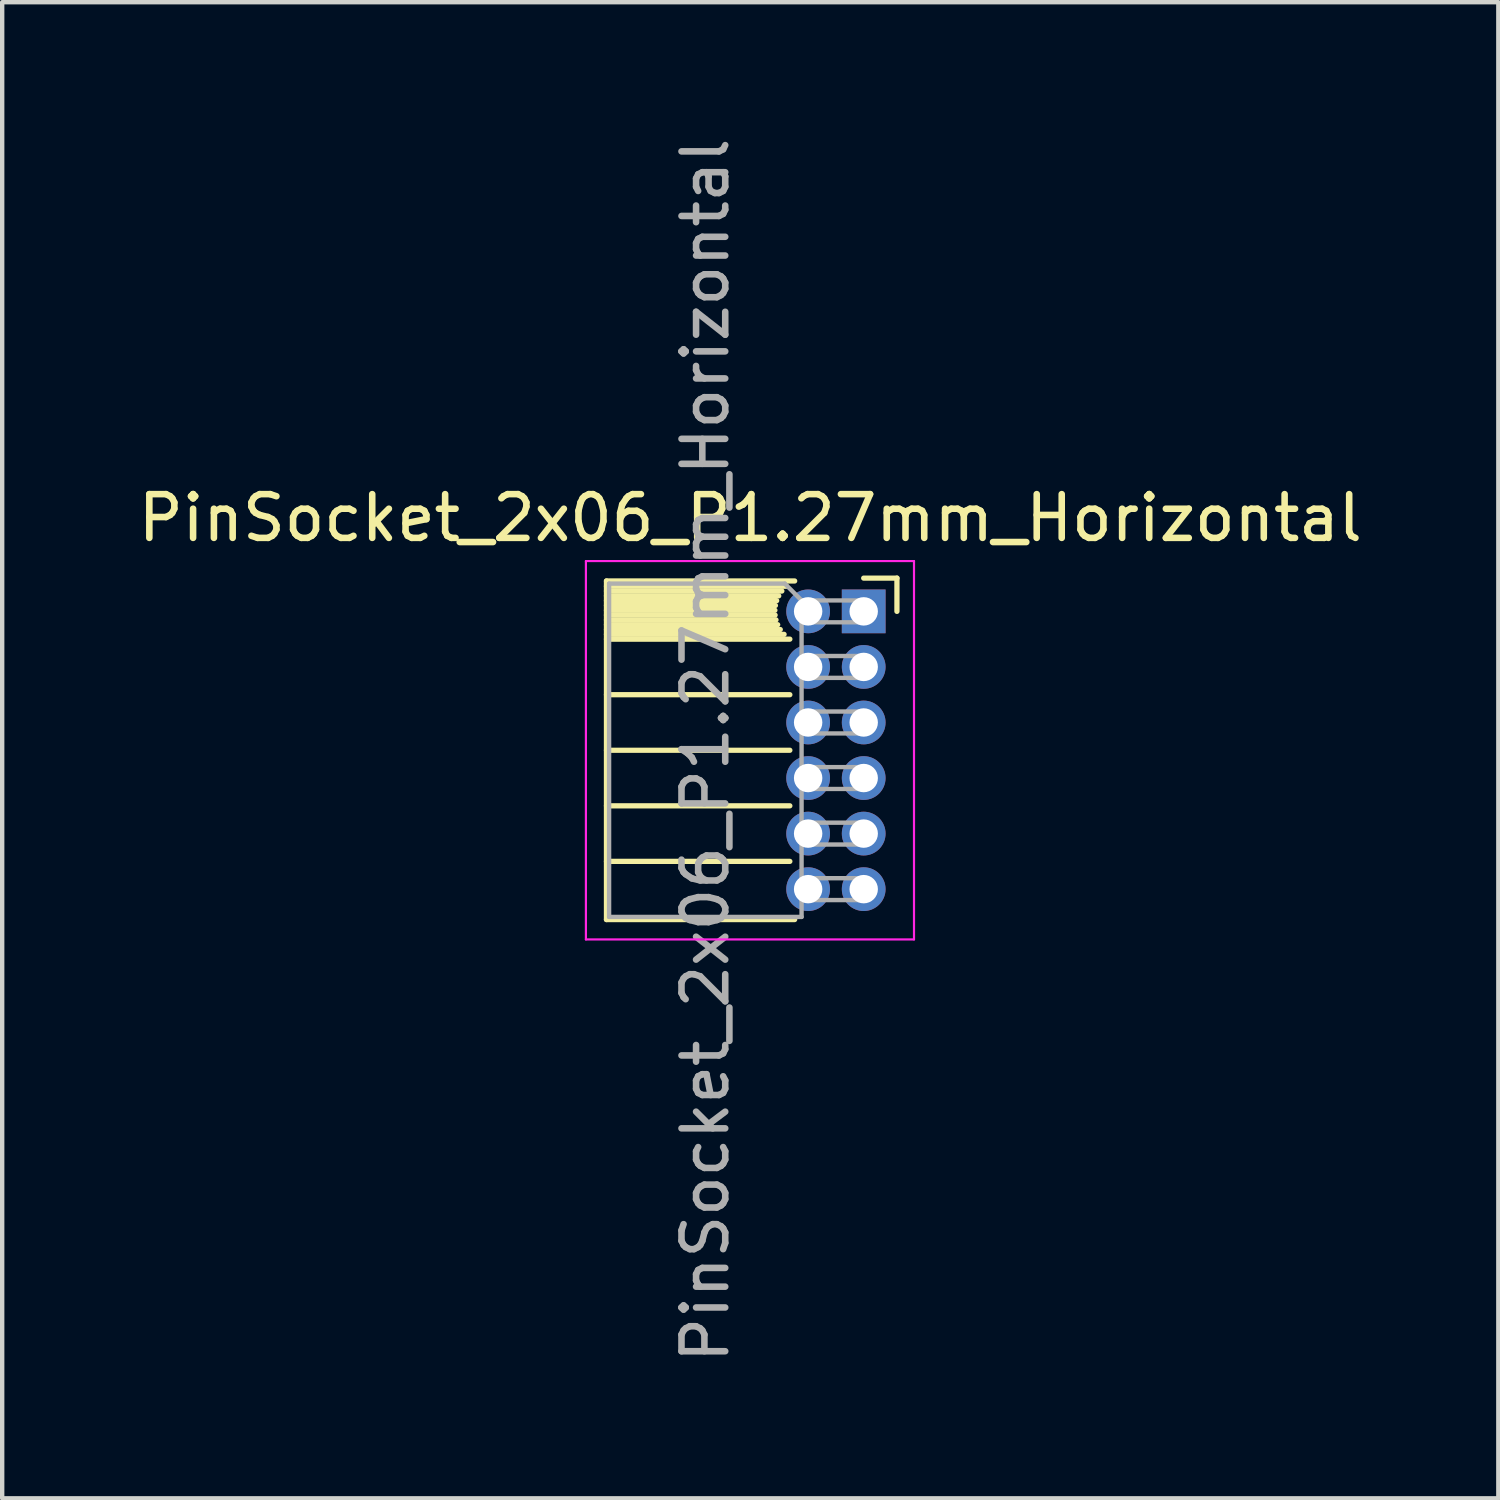
<source format=kicad_pcb>
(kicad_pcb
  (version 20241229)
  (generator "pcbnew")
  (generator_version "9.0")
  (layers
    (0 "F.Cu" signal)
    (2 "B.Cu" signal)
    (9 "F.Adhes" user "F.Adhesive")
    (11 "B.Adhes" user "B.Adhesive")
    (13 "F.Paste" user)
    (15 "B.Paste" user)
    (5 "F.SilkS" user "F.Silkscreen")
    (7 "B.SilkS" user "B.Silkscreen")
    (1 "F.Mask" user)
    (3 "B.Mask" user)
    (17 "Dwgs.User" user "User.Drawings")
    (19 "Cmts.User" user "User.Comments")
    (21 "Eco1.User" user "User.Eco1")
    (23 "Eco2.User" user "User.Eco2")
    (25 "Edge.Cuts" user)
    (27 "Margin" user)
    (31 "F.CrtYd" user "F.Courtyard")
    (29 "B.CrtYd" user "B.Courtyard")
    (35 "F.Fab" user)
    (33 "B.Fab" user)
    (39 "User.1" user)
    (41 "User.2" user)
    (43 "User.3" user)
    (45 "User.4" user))
  (footprint "PinSocket_2x06_P1.27mm_Horizontal"
    (layer "F.Cu")
    (at 16.694 10.926)
    (property "Reference" "PinSocket_2x06_P1.27mm_Horizontal" (at -2.592 -2.135 0) (layer "F.SilkS") (effects (font (size 1 1) (thickness 0.15))))
    (attr through_hole)
    (fp_line (start -5.88 -0.695) (end -5.88 7.045) (stroke (width 0.12) (type solid)) (layer "F.SilkS"))
    (fp_line (start -5.88 -0.695) (end -1.578 -0.695) (stroke (width 0.12) (type solid)) (layer "F.SilkS"))
    (fp_line (start -5.88 -0.575) (end -1.767 -0.575) (stroke (width 0.12) (type solid)) (layer "F.SilkS"))
    (fp_line (start -5.88 -0.465) (end -1.871 -0.465) (stroke (width 0.12) (type solid)) (layer "F.SilkS"))
    (fp_line (start -5.88 -0.355) (end -1.942 -0.355) (stroke (width 0.12) (type solid)) (layer "F.SilkS"))
    (fp_line (start -5.88 -0.245) (end -1.989 -0.245) (stroke (width 0.12) (type solid)) (layer "F.SilkS"))
    (fp_line (start -5.88 -0.135) (end -2.018 -0.135) (stroke (width 0.12) (type solid)) (layer "F.SilkS"))
    (fp_line (start -5.88 -0.025) (end -2.03 -0.025) (stroke (width 0.12) (type solid)) (layer "F.SilkS"))
    (fp_line (start -5.88 0.085) (end -2.025 0.085) (stroke (width 0.12) (type solid)) (layer "F.SilkS"))
    (fp_line (start -5.88 0.195) (end -2.005 0.195) (stroke (width 0.12) (type solid)) (layer "F.SilkS"))
    (fp_line (start -5.88 0.305) (end -1.966 0.305) (stroke (width 0.12) (type solid)) (layer "F.SilkS"))
    (fp_line (start -5.88 0.415) (end -1.907 0.415) (stroke (width 0.12) (type solid)) (layer "F.SilkS"))
    (fp_line (start -5.88 0.525) (end -1.82 0.525) (stroke (width 0.12) (type solid)) (layer "F.SilkS"))
    (fp_line (start -5.88 0.635) (end -1.688 0.635) (stroke (width 0.12) (type solid)) (layer "F.SilkS"))
    (fp_line (start -5.88 1.905) (end -1.688 1.905) (stroke (width 0.12) (type solid)) (layer "F.SilkS"))
    (fp_line (start -5.88 3.175) (end -1.688 3.175) (stroke (width 0.12) (type solid)) (layer "F.SilkS"))
    (fp_line (start -5.88 4.445) (end -1.688 4.445) (stroke (width 0.12) (type solid)) (layer "F.SilkS"))
    (fp_line (start -5.88 5.715) (end -1.688 5.715) (stroke (width 0.12) (type solid)) (layer "F.SilkS"))
    (fp_line (start -5.88 7.045) (end -1.578 7.045) (stroke (width 0.12) (type solid)) (layer "F.SilkS"))
    (fp_line (start 0 -0.76) (end 0.76 -0.76) (stroke (width 0.12) (type solid)) (layer "F.SilkS"))
    (fp_line (start 0.76 -0.76) (end 0.76 0) (stroke (width 0.12) (type solid)) (layer "F.SilkS"))
    (fp_line (start -6.35 -1.15) (end -6.35 7.5) (stroke (width 0.05) (type solid)) (layer "F.CrtYd"))
    (fp_line (start -6.35 7.5) (end 1.15 7.5) (stroke (width 0.05) (type solid)) (layer "F.CrtYd"))
    (fp_line (start 1.15 -1.15) (end -6.35 -1.15) (stroke (width 0.05) (type solid)) (layer "F.CrtYd"))
    (fp_line (start 1.15 7.5) (end 1.15 -1.15) (stroke (width 0.05) (type solid)) (layer "F.CrtYd"))
    (fp_line (start -5.82 -0.635) (end -1.805 -0.635) (stroke (width 0.1) (type solid)) (layer "F.Fab"))
    (fp_line (start -5.82 6.985) (end -5.82 -0.635) (stroke (width 0.1) (type solid)) (layer "F.Fab"))
    (fp_line (start -1.805 -0.635) (end -1.42 -0.25) (stroke (width 0.1) (type solid)) (layer "F.Fab"))
    (fp_line (start -1.42 -0.25) (end -1.42 6.985) (stroke (width 0.1) (type solid)) (layer "F.Fab"))
    (fp_line (start -1.42 0.25) (end 0 0.25) (stroke (width 0.1) (type solid)) (layer "F.Fab"))
    (fp_line (start -1.42 1.52) (end 0 1.52) (stroke (width 0.1) (type solid)) (layer "F.Fab"))
    (fp_line (start -1.42 2.79) (end 0 2.79) (stroke (width 0.1) (type solid)) (layer "F.Fab"))
    (fp_line (start -1.42 4.06) (end 0 4.06) (stroke (width 0.1) (type solid)) (layer "F.Fab"))
    (fp_line (start -1.42 5.33) (end 0 5.33) (stroke (width 0.1) (type solid)) (layer "F.Fab"))
    (fp_line (start -1.42 6.6) (end 0 6.6) (stroke (width 0.1) (type solid)) (layer "F.Fab"))
    (fp_line (start -1.42 6.985) (end -5.82 6.985) (stroke (width 0.1) (type solid)) (layer "F.Fab"))
    (fp_line (start 0 -0.25) (end -1.42 -0.25) (stroke (width 0.1) (type solid)) (layer "F.Fab"))
    (fp_line (start 0 0.25) (end 0 -0.25) (stroke (width 0.1) (type solid)) (layer "F.Fab"))
    (fp_line (start 0 1.02) (end -1.42 1.02) (stroke (width 0.1) (type solid)) (layer "F.Fab"))
    (fp_line (start 0 1.52) (end 0 1.02) (stroke (width 0.1) (type solid)) (layer "F.Fab"))
    (fp_line (start 0 2.29) (end -1.42 2.29) (stroke (width 0.1) (type solid)) (layer "F.Fab"))
    (fp_line (start 0 2.79) (end 0 2.29) (stroke (width 0.1) (type solid)) (layer "F.Fab"))
    (fp_line (start 0 3.56) (end -1.42 3.56) (stroke (width 0.1) (type solid)) (layer "F.Fab"))
    (fp_line (start 0 4.06) (end 0 3.56) (stroke (width 0.1) (type solid)) (layer "F.Fab"))
    (fp_line (start 0 4.83) (end -1.42 4.83) (stroke (width 0.1) (type solid)) (layer "F.Fab"))
    (fp_line (start 0 5.33) (end 0 4.83) (stroke (width 0.1) (type solid)) (layer "F.Fab"))
    (fp_line (start 0 6.1) (end -1.42 6.1) (stroke (width 0.1) (type solid)) (layer "F.Fab"))
    (fp_line (start 0 6.6) (end 0 6.1) (stroke (width 0.1) (type solid)) (layer "F.Fab"))
    (fp_text user "${REFERENCE}" (at -3.62 3.175 90) (layer "F.Fab") (effects (font (size 1 1) (thickness 0.15))))
    (pad "1" thru_hole rect (at 0 0) (size 1 1) (drill 0.65) (layers "*.Cu" "*.Mask"))
    (pad "2" thru_hole oval (at -1.27 0) (size 1 1) (drill 0.65) (layers "*.Cu" "*.Mask"))
    (pad "3" thru_hole oval (at 0 1.27) (size 1 1) (drill 0.65) (layers "*.Cu" "*.Mask"))
    (pad "4" thru_hole oval (at -1.27 1.27) (size 1 1) (drill 0.65) (layers "*.Cu" "*.Mask"))
    (pad "5" thru_hole oval (at 0 2.54) (size 1 1) (drill 0.65) (layers "*.Cu" "*.Mask"))
    (pad "6" thru_hole oval (at -1.27 2.54) (size 1 1) (drill 0.65) (layers "*.Cu" "*.Mask"))
    (pad "7" thru_hole oval (at 0 3.81) (size 1 1) (drill 0.65) (layers "*.Cu" "*.Mask"))
    (pad "8" thru_hole oval (at -1.27 3.81) (size 1 1) (drill 0.65) (layers "*.Cu" "*.Mask"))
    (pad "9" thru_hole oval (at 0 5.08) (size 1 1) (drill 0.65) (layers "*.Cu" "*.Mask"))
    (pad "10" thru_hole oval (at -1.27 5.08) (size 1 1) (drill 0.65) (layers "*.Cu" "*.Mask"))
    (pad "11" thru_hole oval (at 0 6.35) (size 1 1) (drill 0.65) (layers "*.Cu" "*.Mask"))
    (pad "12" thru_hole oval (at -1.27 6.35) (size 1 1) (drill 0.65) (layers "*.Cu" "*.Mask")))
  (gr_rect
    (start -3 -3)
    (end 31.202 31.202)
    (stroke (width 0.1) (type default))
    (fill no)
    (layer "Edge.Cuts")))
</source>
